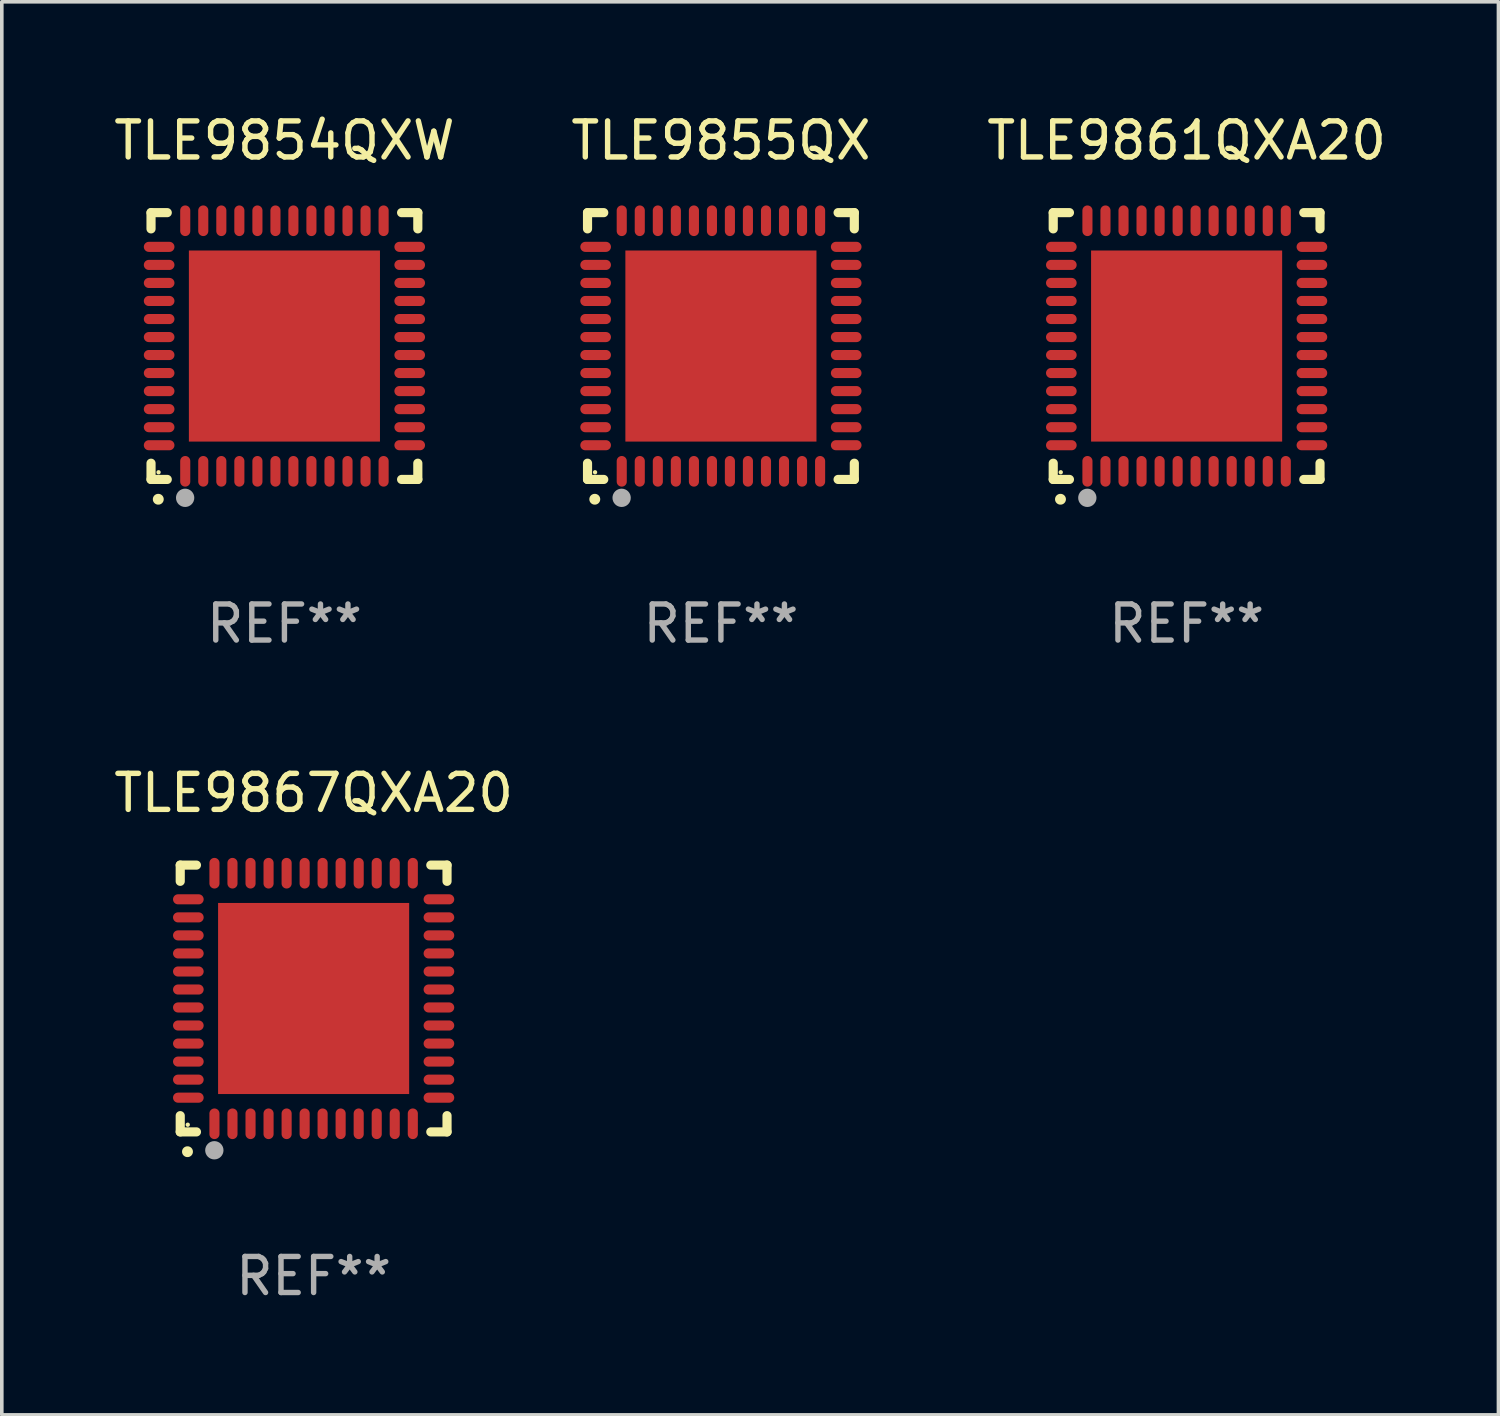
<source format=kicad_pcb>
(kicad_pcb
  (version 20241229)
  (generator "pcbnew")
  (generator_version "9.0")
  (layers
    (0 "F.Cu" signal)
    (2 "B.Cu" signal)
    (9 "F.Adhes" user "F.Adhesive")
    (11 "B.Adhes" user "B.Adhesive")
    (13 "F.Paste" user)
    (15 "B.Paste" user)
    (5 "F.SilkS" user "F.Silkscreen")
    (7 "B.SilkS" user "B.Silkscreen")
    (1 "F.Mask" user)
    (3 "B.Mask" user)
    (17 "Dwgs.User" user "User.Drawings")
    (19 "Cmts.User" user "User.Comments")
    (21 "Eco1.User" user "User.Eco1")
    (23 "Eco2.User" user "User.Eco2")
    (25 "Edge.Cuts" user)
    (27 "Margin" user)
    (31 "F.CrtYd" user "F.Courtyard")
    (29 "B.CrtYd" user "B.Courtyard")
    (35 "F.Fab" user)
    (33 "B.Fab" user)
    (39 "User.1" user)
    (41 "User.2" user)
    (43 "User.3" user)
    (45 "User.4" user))
  (footprint "TLE9855QX"
    (layer "F.Cu")
    (at 16.946 6.548)
    (property "Reference" "TLE9855QX" (at 0 -5.7 0) (layer "F.SilkS") (effects (font (size 1 1) (thickness 0.15))))
    (attr through_hole)
    (fp_line (start -3.7 -3.7) (end -3.25 -3.7) (stroke (width 0.254) (type solid)) (layer "F.SilkS"))
    (fp_line (start -3.7 -3.25) (end -3.7 -3.7) (stroke (width 0.254) (type solid)) (layer "F.SilkS"))
    (fp_line (start -3.7 3.7) (end -3.7 3.25) (stroke (width 0.254) (type solid)) (layer "F.SilkS"))
    (fp_line (start -3.25 3.7) (end -3.7 3.7) (stroke (width 0.254) (type solid)) (layer "F.SilkS"))
    (fp_line (start 3.25 3.7) (end 3.7 3.7) (stroke (width 0.254) (type solid)) (layer "F.SilkS"))
    (fp_line (start 3.7 -3.7) (end 3.25 -3.7) (stroke (width 0.254) (type solid)) (layer "F.SilkS"))
    (fp_line (start 3.7 -3.25) (end 3.7 -3.7) (stroke (width 0.254) (type solid)) (layer "F.SilkS"))
    (fp_line (start 3.7 3.7) (end 3.7 3.25) (stroke (width 0.254) (type solid)) (layer "F.SilkS"))
    (fp_arc (start -3.500127 4.249428) (mid -3.498857 4.249423) (end -3.497587 4.249428) (stroke (width 0.3) (type solid)) (layer "F.SilkS"))
    (fp_circle (center -3.491 3.501) (end -3.461 3.501) (stroke (width 0.06) (type solid)) (fill no) (layer "F.SilkS"))
    (fp_circle (center -2.754 4.21) (end -2.627 4.21) (stroke (width 0.254) (type solid)) (fill no) (layer "F.Fab"))
    (fp_text user "REF**" (at 0 7.7 0) (layer "F.Fab") (effects (font (size 1 1) (thickness 0.15))))
    (pad "1" smd oval (at -2.751 3.475) (size 0.28 0.85) (layers "F.Cu" "F.Mask" "F.Paste"))
    (pad "2" smd oval (at -2.251 3.475) (size 0.28 0.85) (layers "F.Cu" "F.Mask" "F.Paste"))
    (pad "3" smd oval (at -1.75 3.475) (size 0.28 0.85) (layers "F.Cu" "F.Mask" "F.Paste"))
    (pad "4" smd oval (at -1.25 3.475) (size 0.28 0.85) (layers "F.Cu" "F.Mask" "F.Paste"))
    (pad "5" smd oval (at -0.749 3.475) (size 0.28 0.85) (layers "F.Cu" "F.Mask" "F.Paste"))
    (pad "6" smd oval (at -0.249 3.475) (size 0.28 0.85) (layers "F.Cu" "F.Mask" "F.Paste"))
    (pad "7" smd oval (at 0.249 3.475) (size 0.28 0.85) (layers "F.Cu" "F.Mask" "F.Paste"))
    (pad "8" smd oval (at 0.749 3.475) (size 0.28 0.85) (layers "F.Cu" "F.Mask" "F.Paste"))
    (pad "9" smd oval (at 1.25 3.475) (size 0.28 0.85) (layers "F.Cu" "F.Mask" "F.Paste"))
    (pad "10" smd oval (at 1.75 3.475) (size 0.28 0.85) (layers "F.Cu" "F.Mask" "F.Paste"))
    (pad "11" smd oval (at 2.25 3.475) (size 0.28 0.85) (layers "F.Cu" "F.Mask" "F.Paste"))
    (pad "12" smd oval (at 2.751 3.475) (size 0.28 0.85) (layers "F.Cu" "F.Mask" "F.Paste"))
    (pad "13" smd oval (at 3.475 2.751) (size 0.85 0.28) (layers "F.Cu" "F.Mask" "F.Paste"))
    (pad "14" smd oval (at 3.475 2.251) (size 0.85 0.28) (layers "F.Cu" "F.Mask" "F.Paste"))
    (pad "15" smd oval (at 3.475 1.75) (size 0.85 0.28) (layers "F.Cu" "F.Mask" "F.Paste"))
    (pad "16" smd oval (at 3.475 1.25) (size 0.85 0.28) (layers "F.Cu" "F.Mask" "F.Paste"))
    (pad "17" smd oval (at 3.475 0.749) (size 0.85 0.28) (layers "F.Cu" "F.Mask" "F.Paste"))
    (pad "18" smd oval (at 3.475 0.249) (size 0.85 0.28) (layers "F.Cu" "F.Mask" "F.Paste"))
    (pad "19" smd oval (at 3.475 -0.249) (size 0.85 0.28) (layers "F.Cu" "F.Mask" "F.Paste"))
    (pad "20" smd oval (at 3.475 -0.749) (size 0.85 0.28) (layers "F.Cu" "F.Mask" "F.Paste"))
    (pad "21" smd oval (at 3.475 -1.25) (size 0.85 0.28) (layers "F.Cu" "F.Mask" "F.Paste"))
    (pad "22" smd oval (at 3.475 -1.75) (size 0.85 0.28) (layers "F.Cu" "F.Mask" "F.Paste"))
    (pad "23" smd oval (at 3.475 -2.25) (size 0.85 0.28) (layers "F.Cu" "F.Mask" "F.Paste"))
    (pad "24" smd oval (at 3.475 -2.751) (size 0.85 0.28) (layers "F.Cu" "F.Mask" "F.Paste"))
    (pad "25" smd oval (at 2.751 -3.475) (size 0.28 0.85) (layers "F.Cu" "F.Mask" "F.Paste"))
    (pad "26" smd oval (at 2.25 -3.475) (size 0.28 0.85) (layers "F.Cu" "F.Mask" "F.Paste"))
    (pad "27" smd oval (at 1.75 -3.475) (size 0.28 0.85) (layers "F.Cu" "F.Mask" "F.Paste"))
    (pad "28" smd oval (at 1.25 -3.475) (size 0.28 0.85) (layers "F.Cu" "F.Mask" "F.Paste"))
    (pad "29" smd oval (at 0.749 -3.475) (size 0.28 0.85) (layers "F.Cu" "F.Mask" "F.Paste"))
    (pad "30" smd oval (at 0.249 -3.475) (size 0.28 0.85) (layers "F.Cu" "F.Mask" "F.Paste"))
    (pad "31" smd oval (at -0.249 -3.475) (size 0.28 0.85) (layers "F.Cu" "F.Mask" "F.Paste"))
    (pad "32" smd oval (at -0.749 -3.475) (size 0.28 0.85) (layers "F.Cu" "F.Mask" "F.Paste"))
    (pad "33" smd oval (at -1.25 -3.475) (size 0.28 0.85) (layers "F.Cu" "F.Mask" "F.Paste"))
    (pad "34" smd oval (at -1.75 -3.475) (size 0.28 0.85) (layers "F.Cu" "F.Mask" "F.Paste"))
    (pad "35" smd oval (at -2.251 -3.475) (size 0.28 0.85) (layers "F.Cu" "F.Mask" "F.Paste"))
    (pad "36" smd oval (at -2.751 -3.475) (size 0.28 0.85) (layers "F.Cu" "F.Mask" "F.Paste"))
    (pad "37" smd oval (at -3.475 -2.751) (size 0.85 0.28) (layers "F.Cu" "F.Mask" "F.Paste"))
    (pad "38" smd oval (at -3.475 -2.25) (size 0.85 0.28) (layers "F.Cu" "F.Mask" "F.Paste"))
    (pad "39" smd oval (at -3.475 -1.75) (size 0.85 0.28) (layers "F.Cu" "F.Mask" "F.Paste"))
    (pad "40" smd oval (at -3.475 -1.25) (size 0.85 0.28) (layers "F.Cu" "F.Mask" "F.Paste"))
    (pad "41" smd oval (at -3.475 -0.749) (size 0.85 0.28) (layers "F.Cu" "F.Mask" "F.Paste"))
    (pad "42" smd oval (at -3.475 -0.249) (size 0.85 0.28) (layers "F.Cu" "F.Mask" "F.Paste"))
    (pad "43" smd oval (at -3.475 0.249) (size 0.85 0.28) (layers "F.Cu" "F.Mask" "F.Paste"))
    (pad "44" smd oval (at -3.475 0.749) (size 0.85 0.28) (layers "F.Cu" "F.Mask" "F.Paste"))
    (pad "45" smd oval (at -3.475 1.25) (size 0.85 0.28) (layers "F.Cu" "F.Mask" "F.Paste"))
    (pad "46" smd oval (at -3.475 1.75) (size 0.85 0.28) (layers "F.Cu" "F.Mask" "F.Paste"))
    (pad "47" smd oval (at -3.475 2.251) (size 0.85 0.28) (layers "F.Cu" "F.Mask" "F.Paste"))
    (pad "48" smd oval (at -3.475 2.751) (size 0.85 0.28) (layers "F.Cu" "F.Mask" "F.Paste"))
    (pad "49" smd rect (at -0.000102 0.000102) (size 5.3 5.3) (layers "F.Cu" "F.Mask" "F.Paste")))
  (footprint "TLE9854QXW"
    (layer "F.Cu")
    (at 4.839 6.548)
    (property "Reference" "TLE9854QXW" (at 0 -5.7 0) (layer "F.SilkS") (effects (font (size 1 1) (thickness 0.15))))
    (attr through_hole)
    (fp_line (start -3.7 -3.7) (end -3.25 -3.7) (stroke (width 0.254) (type solid)) (layer "F.SilkS"))
    (fp_line (start -3.7 -3.25) (end -3.7 -3.7) (stroke (width 0.254) (type solid)) (layer "F.SilkS"))
    (fp_line (start -3.7 3.7) (end -3.7 3.25) (stroke (width 0.254) (type solid)) (layer "F.SilkS"))
    (fp_line (start -3.25 3.7) (end -3.7 3.7) (stroke (width 0.254) (type solid)) (layer "F.SilkS"))
    (fp_line (start 3.25 3.7) (end 3.7 3.7) (stroke (width 0.254) (type solid)) (layer "F.SilkS"))
    (fp_line (start 3.7 -3.7) (end 3.25 -3.7) (stroke (width 0.254) (type solid)) (layer "F.SilkS"))
    (fp_line (start 3.7 -3.25) (end 3.7 -3.7) (stroke (width 0.254) (type solid)) (layer "F.SilkS"))
    (fp_line (start 3.7 3.7) (end 3.7 3.25) (stroke (width 0.254) (type solid)) (layer "F.SilkS"))
    (fp_arc (start -3.500127 4.249428) (mid -3.498857 4.249423) (end -3.497587 4.249428) (stroke (width 0.3) (type solid)) (layer "F.SilkS"))
    (fp_circle (center -3.491 3.501) (end -3.461 3.501) (stroke (width 0.06) (type solid)) (fill no) (layer "F.SilkS"))
    (fp_circle (center -2.754 4.21) (end -2.627 4.21) (stroke (width 0.254) (type solid)) (fill no) (layer "F.Fab"))
    (fp_text user "REF**" (at 0 7.7 0) (layer "F.Fab") (effects (font (size 1 1) (thickness 0.15))))
    (pad "1" smd oval (at -2.751 3.475) (size 0.28 0.85) (layers "F.Cu" "F.Mask" "F.Paste"))
    (pad "2" smd oval (at -2.251 3.475) (size 0.28 0.85) (layers "F.Cu" "F.Mask" "F.Paste"))
    (pad "3" smd oval (at -1.75 3.475) (size 0.28 0.85) (layers "F.Cu" "F.Mask" "F.Paste"))
    (pad "4" smd oval (at -1.25 3.475) (size 0.28 0.85) (layers "F.Cu" "F.Mask" "F.Paste"))
    (pad "5" smd oval (at -0.749 3.475) (size 0.28 0.85) (layers "F.Cu" "F.Mask" "F.Paste"))
    (pad "6" smd oval (at -0.249 3.475) (size 0.28 0.85) (layers "F.Cu" "F.Mask" "F.Paste"))
    (pad "7" smd oval (at 0.249 3.475) (size 0.28 0.85) (layers "F.Cu" "F.Mask" "F.Paste"))
    (pad "8" smd oval (at 0.749 3.475) (size 0.28 0.85) (layers "F.Cu" "F.Mask" "F.Paste"))
    (pad "9" smd oval (at 1.25 3.475) (size 0.28 0.85) (layers "F.Cu" "F.Mask" "F.Paste"))
    (pad "10" smd oval (at 1.75 3.475) (size 0.28 0.85) (layers "F.Cu" "F.Mask" "F.Paste"))
    (pad "11" smd oval (at 2.25 3.475) (size 0.28 0.85) (layers "F.Cu" "F.Mask" "F.Paste"))
    (pad "12" smd oval (at 2.751 3.475) (size 0.28 0.85) (layers "F.Cu" "F.Mask" "F.Paste"))
    (pad "13" smd oval (at 3.475 2.751) (size 0.85 0.28) (layers "F.Cu" "F.Mask" "F.Paste"))
    (pad "14" smd oval (at 3.475 2.251) (size 0.85 0.28) (layers "F.Cu" "F.Mask" "F.Paste"))
    (pad "15" smd oval (at 3.475 1.75) (size 0.85 0.28) (layers "F.Cu" "F.Mask" "F.Paste"))
    (pad "16" smd oval (at 3.475 1.25) (size 0.85 0.28) (layers "F.Cu" "F.Mask" "F.Paste"))
    (pad "17" smd oval (at 3.475 0.749) (size 0.85 0.28) (layers "F.Cu" "F.Mask" "F.Paste"))
    (pad "18" smd oval (at 3.475 0.249) (size 0.85 0.28) (layers "F.Cu" "F.Mask" "F.Paste"))
    (pad "19" smd oval (at 3.475 -0.249) (size 0.85 0.28) (layers "F.Cu" "F.Mask" "F.Paste"))
    (pad "20" smd oval (at 3.475 -0.749) (size 0.85 0.28) (layers "F.Cu" "F.Mask" "F.Paste"))
    (pad "21" smd oval (at 3.475 -1.25) (size 0.85 0.28) (layers "F.Cu" "F.Mask" "F.Paste"))
    (pad "22" smd oval (at 3.475 -1.75) (size 0.85 0.28) (layers "F.Cu" "F.Mask" "F.Paste"))
    (pad "23" smd oval (at 3.475 -2.25) (size 0.85 0.28) (layers "F.Cu" "F.Mask" "F.Paste"))
    (pad "24" smd oval (at 3.475 -2.751) (size 0.85 0.28) (layers "F.Cu" "F.Mask" "F.Paste"))
    (pad "25" smd oval (at 2.751 -3.475) (size 0.28 0.85) (layers "F.Cu" "F.Mask" "F.Paste"))
    (pad "26" smd oval (at 2.25 -3.475) (size 0.28 0.85) (layers "F.Cu" "F.Mask" "F.Paste"))
    (pad "27" smd oval (at 1.75 -3.475) (size 0.28 0.85) (layers "F.Cu" "F.Mask" "F.Paste"))
    (pad "28" smd oval (at 1.25 -3.475) (size 0.28 0.85) (layers "F.Cu" "F.Mask" "F.Paste"))
    (pad "29" smd oval (at 0.749 -3.475) (size 0.28 0.85) (layers "F.Cu" "F.Mask" "F.Paste"))
    (pad "30" smd oval (at 0.249 -3.475) (size 0.28 0.85) (layers "F.Cu" "F.Mask" "F.Paste"))
    (pad "31" smd oval (at -0.249 -3.475) (size 0.28 0.85) (layers "F.Cu" "F.Mask" "F.Paste"))
    (pad "32" smd oval (at -0.749 -3.475) (size 0.28 0.85) (layers "F.Cu" "F.Mask" "F.Paste"))
    (pad "33" smd oval (at -1.25 -3.475) (size 0.28 0.85) (layers "F.Cu" "F.Mask" "F.Paste"))
    (pad "34" smd oval (at -1.75 -3.475) (size 0.28 0.85) (layers "F.Cu" "F.Mask" "F.Paste"))
    (pad "35" smd oval (at -2.251 -3.475) (size 0.28 0.85) (layers "F.Cu" "F.Mask" "F.Paste"))
    (pad "36" smd oval (at -2.751 -3.475) (size 0.28 0.85) (layers "F.Cu" "F.Mask" "F.Paste"))
    (pad "37" smd oval (at -3.475 -2.751) (size 0.85 0.28) (layers "F.Cu" "F.Mask" "F.Paste"))
    (pad "38" smd oval (at -3.475 -2.25) (size 0.85 0.28) (layers "F.Cu" "F.Mask" "F.Paste"))
    (pad "39" smd oval (at -3.475 -1.75) (size 0.85 0.28) (layers "F.Cu" "F.Mask" "F.Paste"))
    (pad "40" smd oval (at -3.475 -1.25) (size 0.85 0.28) (layers "F.Cu" "F.Mask" "F.Paste"))
    (pad "41" smd oval (at -3.475 -0.749) (size 0.85 0.28) (layers "F.Cu" "F.Mask" "F.Paste"))
    (pad "42" smd oval (at -3.475 -0.249) (size 0.85 0.28) (layers "F.Cu" "F.Mask" "F.Paste"))
    (pad "43" smd oval (at -3.475 0.249) (size 0.85 0.28) (layers "F.Cu" "F.Mask" "F.Paste"))
    (pad "44" smd oval (at -3.475 0.749) (size 0.85 0.28) (layers "F.Cu" "F.Mask" "F.Paste"))
    (pad "45" smd oval (at -3.475 1.25) (size 0.85 0.28) (layers "F.Cu" "F.Mask" "F.Paste"))
    (pad "46" smd oval (at -3.475 1.75) (size 0.85 0.28) (layers "F.Cu" "F.Mask" "F.Paste"))
    (pad "47" smd oval (at -3.475 2.251) (size 0.85 0.28) (layers "F.Cu" "F.Mask" "F.Paste"))
    (pad "48" smd oval (at -3.475 2.751) (size 0.85 0.28) (layers "F.Cu" "F.Mask" "F.Paste"))
    (pad "49" smd rect (at -0.000102 0.000102) (size 5.3 5.3) (layers "F.Cu" "F.Mask" "F.Paste")))
  (footprint "TLE9861QXA20"
    (layer "F.Cu")
    (at 29.863 6.548)
    (property "Reference" "TLE9861QXA20" (at 0 -5.7 0) (layer "F.SilkS") (effects (font (size 1 1) (thickness 0.15))))
    (attr through_hole)
    (fp_line (start -3.7 -3.7) (end -3.25 -3.7) (stroke (width 0.254) (type solid)) (layer "F.SilkS"))
    (fp_line (start -3.7 -3.25) (end -3.7 -3.7) (stroke (width 0.254) (type solid)) (layer "F.SilkS"))
    (fp_line (start -3.7 3.7) (end -3.7 3.25) (stroke (width 0.254) (type solid)) (layer "F.SilkS"))
    (fp_line (start -3.25 3.7) (end -3.7 3.7) (stroke (width 0.254) (type solid)) (layer "F.SilkS"))
    (fp_line (start 3.25 3.7) (end 3.7 3.7) (stroke (width 0.254) (type solid)) (layer "F.SilkS"))
    (fp_line (start 3.7 -3.7) (end 3.25 -3.7) (stroke (width 0.254) (type solid)) (layer "F.SilkS"))
    (fp_line (start 3.7 -3.25) (end 3.7 -3.7) (stroke (width 0.254) (type solid)) (layer "F.SilkS"))
    (fp_line (start 3.7 3.7) (end 3.7 3.25) (stroke (width 0.254) (type solid)) (layer "F.SilkS"))
    (fp_arc (start -3.500127 4.249428) (mid -3.498857 4.249423) (end -3.497587 4.249428) (stroke (width 0.3) (type solid)) (layer "F.SilkS"))
    (fp_circle (center -3.491 3.501) (end -3.461 3.501) (stroke (width 0.06) (type solid)) (fill no) (layer "F.SilkS"))
    (fp_circle (center -2.754 4.21) (end -2.627 4.21) (stroke (width 0.254) (type solid)) (fill no) (layer "F.Fab"))
    (fp_text user "REF**" (at 0 7.7 0) (layer "F.Fab") (effects (font (size 1 1) (thickness 0.15))))
    (pad "1" smd oval (at -2.751 3.475) (size 0.28 0.85) (layers "F.Cu" "F.Mask" "F.Paste"))
    (pad "2" smd oval (at -2.251 3.475) (size 0.28 0.85) (layers "F.Cu" "F.Mask" "F.Paste"))
    (pad "3" smd oval (at -1.75 3.475) (size 0.28 0.85) (layers "F.Cu" "F.Mask" "F.Paste"))
    (pad "4" smd oval (at -1.25 3.475) (size 0.28 0.85) (layers "F.Cu" "F.Mask" "F.Paste"))
    (pad "5" smd oval (at -0.749 3.475) (size 0.28 0.85) (layers "F.Cu" "F.Mask" "F.Paste"))
    (pad "6" smd oval (at -0.249 3.475) (size 0.28 0.85) (layers "F.Cu" "F.Mask" "F.Paste"))
    (pad "7" smd oval (at 0.249 3.475) (size 0.28 0.85) (layers "F.Cu" "F.Mask" "F.Paste"))
    (pad "8" smd oval (at 0.749 3.475) (size 0.28 0.85) (layers "F.Cu" "F.Mask" "F.Paste"))
    (pad "9" smd oval (at 1.25 3.475) (size 0.28 0.85) (layers "F.Cu" "F.Mask" "F.Paste"))
    (pad "10" smd oval (at 1.75 3.475) (size 0.28 0.85) (layers "F.Cu" "F.Mask" "F.Paste"))
    (pad "11" smd oval (at 2.25 3.475) (size 0.28 0.85) (layers "F.Cu" "F.Mask" "F.Paste"))
    (pad "12" smd oval (at 2.751 3.475) (size 0.28 0.85) (layers "F.Cu" "F.Mask" "F.Paste"))
    (pad "13" smd oval (at 3.475 2.751) (size 0.85 0.28) (layers "F.Cu" "F.Mask" "F.Paste"))
    (pad "14" smd oval (at 3.475 2.251) (size 0.85 0.28) (layers "F.Cu" "F.Mask" "F.Paste"))
    (pad "15" smd oval (at 3.475 1.75) (size 0.85 0.28) (layers "F.Cu" "F.Mask" "F.Paste"))
    (pad "16" smd oval (at 3.475 1.25) (size 0.85 0.28) (layers "F.Cu" "F.Mask" "F.Paste"))
    (pad "17" smd oval (at 3.475 0.749) (size 0.85 0.28) (layers "F.Cu" "F.Mask" "F.Paste"))
    (pad "18" smd oval (at 3.475 0.249) (size 0.85 0.28) (layers "F.Cu" "F.Mask" "F.Paste"))
    (pad "19" smd oval (at 3.475 -0.249) (size 0.85 0.28) (layers "F.Cu" "F.Mask" "F.Paste"))
    (pad "20" smd oval (at 3.475 -0.749) (size 0.85 0.28) (layers "F.Cu" "F.Mask" "F.Paste"))
    (pad "21" smd oval (at 3.475 -1.25) (size 0.85 0.28) (layers "F.Cu" "F.Mask" "F.Paste"))
    (pad "22" smd oval (at 3.475 -1.75) (size 0.85 0.28) (layers "F.Cu" "F.Mask" "F.Paste"))
    (pad "23" smd oval (at 3.475 -2.25) (size 0.85 0.28) (layers "F.Cu" "F.Mask" "F.Paste"))
    (pad "24" smd oval (at 3.475 -2.751) (size 0.85 0.28) (layers "F.Cu" "F.Mask" "F.Paste"))
    (pad "25" smd oval (at 2.751 -3.475) (size 0.28 0.85) (layers "F.Cu" "F.Mask" "F.Paste"))
    (pad "26" smd oval (at 2.25 -3.475) (size 0.28 0.85) (layers "F.Cu" "F.Mask" "F.Paste"))
    (pad "27" smd oval (at 1.75 -3.475) (size 0.28 0.85) (layers "F.Cu" "F.Mask" "F.Paste"))
    (pad "28" smd oval (at 1.25 -3.475) (size 0.28 0.85) (layers "F.Cu" "F.Mask" "F.Paste"))
    (pad "29" smd oval (at 0.749 -3.475) (size 0.28 0.85) (layers "F.Cu" "F.Mask" "F.Paste"))
    (pad "30" smd oval (at 0.249 -3.475) (size 0.28 0.85) (layers "F.Cu" "F.Mask" "F.Paste"))
    (pad "31" smd oval (at -0.249 -3.475) (size 0.28 0.85) (layers "F.Cu" "F.Mask" "F.Paste"))
    (pad "32" smd oval (at -0.749 -3.475) (size 0.28 0.85) (layers "F.Cu" "F.Mask" "F.Paste"))
    (pad "33" smd oval (at -1.25 -3.475) (size 0.28 0.85) (layers "F.Cu" "F.Mask" "F.Paste"))
    (pad "34" smd oval (at -1.75 -3.475) (size 0.28 0.85) (layers "F.Cu" "F.Mask" "F.Paste"))
    (pad "35" smd oval (at -2.251 -3.475) (size 0.28 0.85) (layers "F.Cu" "F.Mask" "F.Paste"))
    (pad "36" smd oval (at -2.751 -3.475) (size 0.28 0.85) (layers "F.Cu" "F.Mask" "F.Paste"))
    (pad "37" smd oval (at -3.475 -2.751) (size 0.85 0.28) (layers "F.Cu" "F.Mask" "F.Paste"))
    (pad "38" smd oval (at -3.475 -2.25) (size 0.85 0.28) (layers "F.Cu" "F.Mask" "F.Paste"))
    (pad "39" smd oval (at -3.475 -1.75) (size 0.85 0.28) (layers "F.Cu" "F.Mask" "F.Paste"))
    (pad "40" smd oval (at -3.475 -1.25) (size 0.85 0.28) (layers "F.Cu" "F.Mask" "F.Paste"))
    (pad "41" smd oval (at -3.475 -0.749) (size 0.85 0.28) (layers "F.Cu" "F.Mask" "F.Paste"))
    (pad "42" smd oval (at -3.475 -0.249) (size 0.85 0.28) (layers "F.Cu" "F.Mask" "F.Paste"))
    (pad "43" smd oval (at -3.475 0.249) (size 0.85 0.28) (layers "F.Cu" "F.Mask" "F.Paste"))
    (pad "44" smd oval (at -3.475 0.749) (size 0.85 0.28) (layers "F.Cu" "F.Mask" "F.Paste"))
    (pad "45" smd oval (at -3.475 1.25) (size 0.85 0.28) (layers "F.Cu" "F.Mask" "F.Paste"))
    (pad "46" smd oval (at -3.475 1.75) (size 0.85 0.28) (layers "F.Cu" "F.Mask" "F.Paste"))
    (pad "47" smd oval (at -3.475 2.251) (size 0.85 0.28) (layers "F.Cu" "F.Mask" "F.Paste"))
    (pad "48" smd oval (at -3.475 2.751) (size 0.85 0.28) (layers "F.Cu" "F.Mask" "F.Paste"))
    (pad "49" smd rect (at -0.000102 0.000102) (size 5.3 5.3) (layers "F.Cu" "F.Mask" "F.Paste")))
  (footprint "TLE9867QXA20"
    (layer "F.Cu")
    (at 5.649 24.645)
    (property "Reference" "TLE9867QXA20" (at 0 -5.7 0) (layer "F.SilkS") (effects (font (size 1 1) (thickness 0.15))))
    (attr through_hole)
    (fp_line (start -3.7 -3.7) (end -3.25 -3.7) (stroke (width 0.254) (type solid)) (layer "F.SilkS"))
    (fp_line (start -3.7 -3.25) (end -3.7 -3.7) (stroke (width 0.254) (type solid)) (layer "F.SilkS"))
    (fp_line (start -3.7 3.7) (end -3.7 3.25) (stroke (width 0.254) (type solid)) (layer "F.SilkS"))
    (fp_line (start -3.25 3.7) (end -3.7 3.7) (stroke (width 0.254) (type solid)) (layer "F.SilkS"))
    (fp_line (start 3.25 3.7) (end 3.7 3.7) (stroke (width 0.254) (type solid)) (layer "F.SilkS"))
    (fp_line (start 3.7 -3.7) (end 3.25 -3.7) (stroke (width 0.254) (type solid)) (layer "F.SilkS"))
    (fp_line (start 3.7 -3.25) (end 3.7 -3.7) (stroke (width 0.254) (type solid)) (layer "F.SilkS"))
    (fp_line (start 3.7 3.7) (end 3.7 3.25) (stroke (width 0.254) (type solid)) (layer "F.SilkS"))
    (fp_arc (start -3.500127 4.249428) (mid -3.498857 4.249423) (end -3.497587 4.249428) (stroke (width 0.3) (type solid)) (layer "F.SilkS"))
    (fp_circle (center -3.491 3.501) (end -3.461 3.501) (stroke (width 0.06) (type solid)) (fill no) (layer "F.SilkS"))
    (fp_circle (center -2.754 4.21) (end -2.627 4.21) (stroke (width 0.254) (type solid)) (fill no) (layer "F.Fab"))
    (fp_text user "REF**" (at 0 7.7 0) (layer "F.Fab") (effects (font (size 1 1) (thickness 0.15))))
    (pad "1" smd oval (at -2.751 3.475) (size 0.28 0.85) (layers "F.Cu" "F.Mask" "F.Paste"))
    (pad "2" smd oval (at -2.251 3.475) (size 0.28 0.85) (layers "F.Cu" "F.Mask" "F.Paste"))
    (pad "3" smd oval (at -1.75 3.475) (size 0.28 0.85) (layers "F.Cu" "F.Mask" "F.Paste"))
    (pad "4" smd oval (at -1.25 3.475) (size 0.28 0.85) (layers "F.Cu" "F.Mask" "F.Paste"))
    (pad "5" smd oval (at -0.749 3.475) (size 0.28 0.85) (layers "F.Cu" "F.Mask" "F.Paste"))
    (pad "6" smd oval (at -0.249 3.475) (size 0.28 0.85) (layers "F.Cu" "F.Mask" "F.Paste"))
    (pad "7" smd oval (at 0.249 3.475) (size 0.28 0.85) (layers "F.Cu" "F.Mask" "F.Paste"))
    (pad "8" smd oval (at 0.749 3.475) (size 0.28 0.85) (layers "F.Cu" "F.Mask" "F.Paste"))
    (pad "9" smd oval (at 1.25 3.475) (size 0.28 0.85) (layers "F.Cu" "F.Mask" "F.Paste"))
    (pad "10" smd oval (at 1.75 3.475) (size 0.28 0.85) (layers "F.Cu" "F.Mask" "F.Paste"))
    (pad "11" smd oval (at 2.25 3.475) (size 0.28 0.85) (layers "F.Cu" "F.Mask" "F.Paste"))
    (pad "12" smd oval (at 2.751 3.475) (size 0.28 0.85) (layers "F.Cu" "F.Mask" "F.Paste"))
    (pad "13" smd oval (at 3.475 2.751) (size 0.85 0.28) (layers "F.Cu" "F.Mask" "F.Paste"))
    (pad "14" smd oval (at 3.475 2.251) (size 0.85 0.28) (layers "F.Cu" "F.Mask" "F.Paste"))
    (pad "15" smd oval (at 3.475 1.75) (size 0.85 0.28) (layers "F.Cu" "F.Mask" "F.Paste"))
    (pad "16" smd oval (at 3.475 1.25) (size 0.85 0.28) (layers "F.Cu" "F.Mask" "F.Paste"))
    (pad "17" smd oval (at 3.475 0.749) (size 0.85 0.28) (layers "F.Cu" "F.Mask" "F.Paste"))
    (pad "18" smd oval (at 3.475 0.249) (size 0.85 0.28) (layers "F.Cu" "F.Mask" "F.Paste"))
    (pad "19" smd oval (at 3.475 -0.249) (size 0.85 0.28) (layers "F.Cu" "F.Mask" "F.Paste"))
    (pad "20" smd oval (at 3.475 -0.749) (size 0.85 0.28) (layers "F.Cu" "F.Mask" "F.Paste"))
    (pad "21" smd oval (at 3.475 -1.25) (size 0.85 0.28) (layers "F.Cu" "F.Mask" "F.Paste"))
    (pad "22" smd oval (at 3.475 -1.75) (size 0.85 0.28) (layers "F.Cu" "F.Mask" "F.Paste"))
    (pad "23" smd oval (at 3.475 -2.25) (size 0.85 0.28) (layers "F.Cu" "F.Mask" "F.Paste"))
    (pad "24" smd oval (at 3.475 -2.751) (size 0.85 0.28) (layers "F.Cu" "F.Mask" "F.Paste"))
    (pad "25" smd oval (at 2.751 -3.475) (size 0.28 0.85) (layers "F.Cu" "F.Mask" "F.Paste"))
    (pad "26" smd oval (at 2.25 -3.475) (size 0.28 0.85) (layers "F.Cu" "F.Mask" "F.Paste"))
    (pad "27" smd oval (at 1.75 -3.475) (size 0.28 0.85) (layers "F.Cu" "F.Mask" "F.Paste"))
    (pad "28" smd oval (at 1.25 -3.475) (size 0.28 0.85) (layers "F.Cu" "F.Mask" "F.Paste"))
    (pad "29" smd oval (at 0.749 -3.475) (size 0.28 0.85) (layers "F.Cu" "F.Mask" "F.Paste"))
    (pad "30" smd oval (at 0.249 -3.475) (size 0.28 0.85) (layers "F.Cu" "F.Mask" "F.Paste"))
    (pad "31" smd oval (at -0.249 -3.475) (size 0.28 0.85) (layers "F.Cu" "F.Mask" "F.Paste"))
    (pad "32" smd oval (at -0.749 -3.475) (size 0.28 0.85) (layers "F.Cu" "F.Mask" "F.Paste"))
    (pad "33" smd oval (at -1.25 -3.475) (size 0.28 0.85) (layers "F.Cu" "F.Mask" "F.Paste"))
    (pad "34" smd oval (at -1.75 -3.475) (size 0.28 0.85) (layers "F.Cu" "F.Mask" "F.Paste"))
    (pad "35" smd oval (at -2.251 -3.475) (size 0.28 0.85) (layers "F.Cu" "F.Mask" "F.Paste"))
    (pad "36" smd oval (at -2.751 -3.475) (size 0.28 0.85) (layers "F.Cu" "F.Mask" "F.Paste"))
    (pad "37" smd oval (at -3.475 -2.751) (size 0.85 0.28) (layers "F.Cu" "F.Mask" "F.Paste"))
    (pad "38" smd oval (at -3.475 -2.25) (size 0.85 0.28) (layers "F.Cu" "F.Mask" "F.Paste"))
    (pad "39" smd oval (at -3.475 -1.75) (size 0.85 0.28) (layers "F.Cu" "F.Mask" "F.Paste"))
    (pad "40" smd oval (at -3.475 -1.25) (size 0.85 0.28) (layers "F.Cu" "F.Mask" "F.Paste"))
    (pad "41" smd oval (at -3.475 -0.749) (size 0.85 0.28) (layers "F.Cu" "F.Mask" "F.Paste"))
    (pad "42" smd oval (at -3.475 -0.249) (size 0.85 0.28) (layers "F.Cu" "F.Mask" "F.Paste"))
    (pad "43" smd oval (at -3.475 0.249) (size 0.85 0.28) (layers "F.Cu" "F.Mask" "F.Paste"))
    (pad "44" smd oval (at -3.475 0.749) (size 0.85 0.28) (layers "F.Cu" "F.Mask" "F.Paste"))
    (pad "45" smd oval (at -3.475 1.25) (size 0.85 0.28) (layers "F.Cu" "F.Mask" "F.Paste"))
    (pad "46" smd oval (at -3.475 1.75) (size 0.85 0.28) (layers "F.Cu" "F.Mask" "F.Paste"))
    (pad "47" smd oval (at -3.475 2.251) (size 0.85 0.28) (layers "F.Cu" "F.Mask" "F.Paste"))
    (pad "48" smd oval (at -3.475 2.751) (size 0.85 0.28) (layers "F.Cu" "F.Mask" "F.Paste"))
    (pad "49" smd rect (at -0.000102 0.000102) (size 5.3 5.3) (layers "F.Cu" "F.Mask" "F.Paste")))
  (gr_rect
    (start -3 -3)
    (end 38.512 36.193)
    (stroke (width 0.1) (type default))
    (fill no)
    (layer "Edge.Cuts")))
</source>
